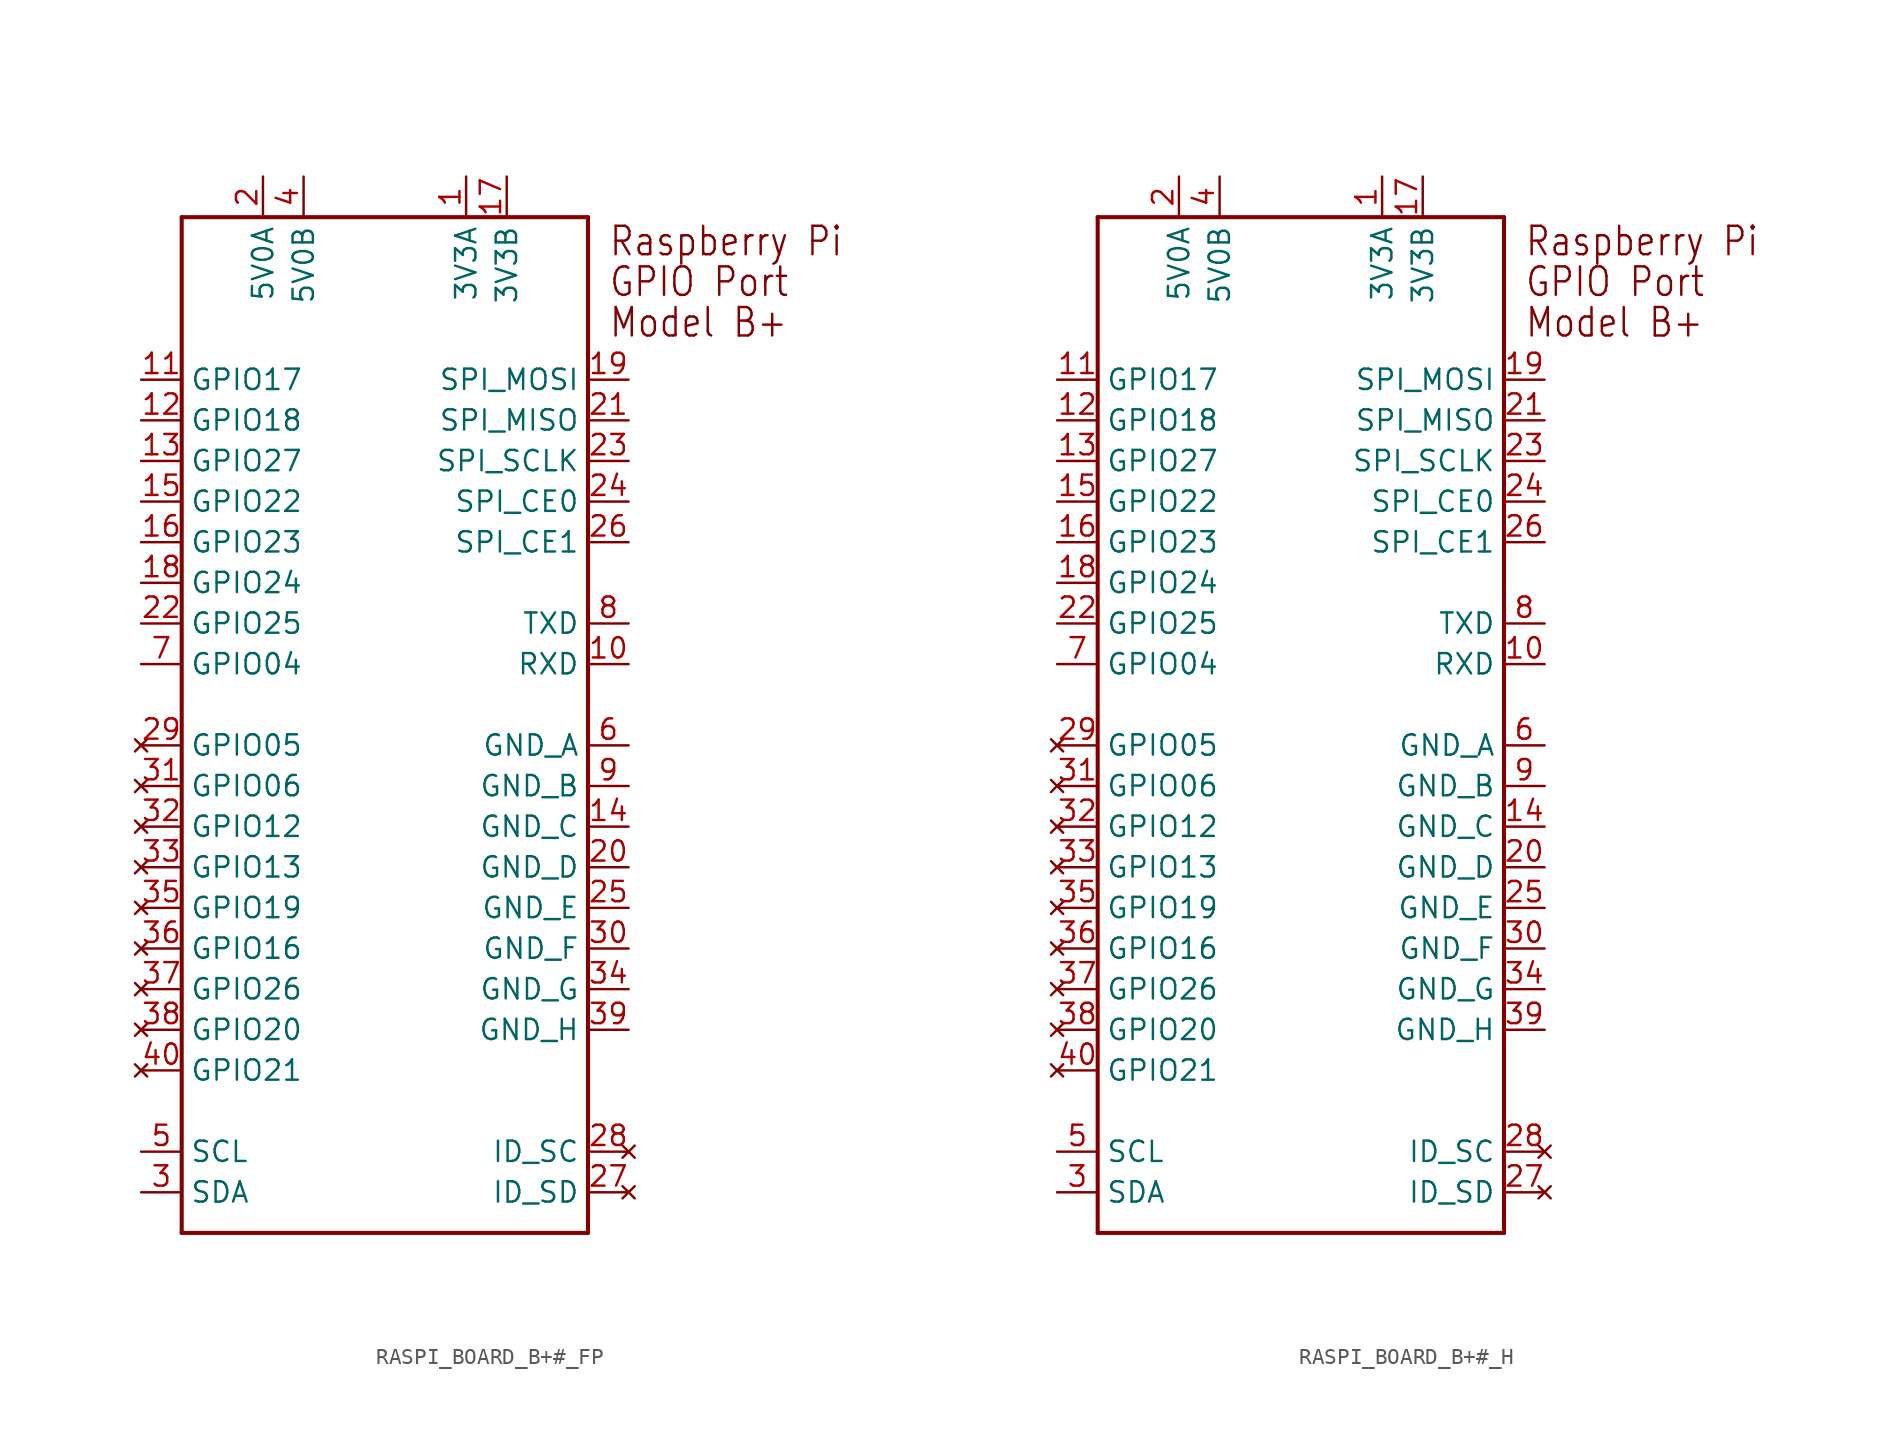
<source format=kicad_sym>
(kicad_symbol_lib
  (version 20231120)
  (generator "kicad_symbol_editor")
  (generator_version "8.0")
  (symbol "RASPI_BOARD_B+#_FP"
    (property "Reference" "X"
      (at 0 0 0)
      (effects (font (size 1.27 1.27)) (hide yes)))
    (property "ki_locked" ""
      (at 0 0 0)
      (effects (font (size 1.27 1.27))))
    (symbol "RASPI_BOARD_B+#_FP_1_0"
      (polyline (pts (xy -12.7 -38.1) (xy -12.7 25.4)) (stroke (width 0.254) (type solid)) (fill (type none)))
      (polyline (pts (xy -12.7 25.4) (xy 12.7 25.4)) (stroke (width 0.254) (type solid)) (fill (type none)))
      (polyline (pts (xy 12.7 -38.1) (xy -12.7 -38.1)) (stroke (width 0.254) (type solid)) (fill (type none)))
      (polyline (pts (xy 12.7 25.4) (xy 12.7 -38.1)) (stroke (width 0.254) (type solid)) (fill (type none)))
      (text "GPIO Port" (at 13.97 20.32 0) (effects (font (size 1.778 1.511)) (justify left bottom)))
      (text "Model B+" (at 13.97 17.78 0) (effects (font (size 1.778 1.511)) (justify left bottom)))
      (text "Raspberry Pi" (at 13.97 22.86 0) (effects (font (size 1.778 1.511)) (justify left bottom)))
      (pin power_in line (at 5.08 27.94 270) (length 2.54) (name "3V3A" (effects (font (size 1.27 1.27)))) (number "1" (effects (font (size 1.27 1.27)))))
      (pin bidirectional line (at 15.24 -2.54 180) (length 2.54) (name "RXD" (effects (font (size 1.27 1.27)))) (number "10" (effects (font (size 1.27 1.27)))))
      (pin bidirectional line (at -15.24 15.24 0) (length 2.54) (name "GPIO17" (effects (font (size 1.27 1.27)))) (number "11" (effects (font (size 1.27 1.27)))))
      (pin bidirectional line (at -15.24 12.7 0) (length 2.54) (name "GPIO18" (effects (font (size 1.27 1.27)))) (number "12" (effects (font (size 1.27 1.27)))))
      (pin bidirectional line (at -15.24 10.16 0) (length 2.54) (name "GPIO27" (effects (font (size 1.27 1.27)))) (number "13" (effects (font (size 1.27 1.27)))))
      (pin power_in line (at 15.24 -12.7 180) (length 2.54) (name "GND_C" (effects (font (size 1.27 1.27)))) (number "14" (effects (font (size 1.27 1.27)))))
      (pin bidirectional line (at -15.24 7.62 0) (length 2.54) (name "GPIO22" (effects (font (size 1.27 1.27)))) (number "15" (effects (font (size 1.27 1.27)))))
      (pin bidirectional line (at -15.24 5.08 0) (length 2.54) (name "GPIO23" (effects (font (size 1.27 1.27)))) (number "16" (effects (font (size 1.27 1.27)))))
      (pin power_in line (at 7.62 27.94 270) (length 2.54) (name "3V3B" (effects (font (size 1.27 1.27)))) (number "17" (effects (font (size 1.27 1.27)))))
      (pin bidirectional line (at -15.24 2.54 0) (length 2.54) (name "GPIO24" (effects (font (size 1.27 1.27)))) (number "18" (effects (font (size 1.27 1.27)))))
      (pin bidirectional line (at 15.24 15.24 180) (length 2.54) (name "SPI_MOSI" (effects (font (size 1.27 1.27)))) (number "19" (effects (font (size 1.27 1.27)))))
      (pin power_in line (at -7.62 27.94 270) (length 2.54) (name "5V0A" (effects (font (size 1.27 1.27)))) (number "2" (effects (font (size 1.27 1.27)))))
      (pin power_in line (at 15.24 -15.24 180) (length 2.54) (name "GND_D" (effects (font (size 1.27 1.27)))) (number "20" (effects (font (size 1.27 1.27)))))
      (pin bidirectional line (at 15.24 12.7 180) (length 2.54) (name "SPI_MISO" (effects (font (size 1.27 1.27)))) (number "21" (effects (font (size 1.27 1.27)))))
      (pin bidirectional line (at -15.24 0 0) (length 2.54) (name "GPIO25" (effects (font (size 1.27 1.27)))) (number "22" (effects (font (size 1.27 1.27)))))
      (pin bidirectional line (at 15.24 10.16 180) (length 2.54) (name "SPI_SCLK" (effects (font (size 1.27 1.27)))) (number "23" (effects (font (size 1.27 1.27)))))
      (pin bidirectional line (at 15.24 7.62 180) (length 2.54) (name "SPI_CE0" (effects (font (size 1.27 1.27)))) (number "24" (effects (font (size 1.27 1.27)))))
      (pin power_in line (at 15.24 -17.78 180) (length 2.54) (name "GND_E" (effects (font (size 1.27 1.27)))) (number "25" (effects (font (size 1.27 1.27)))))
      (pin bidirectional line (at 15.24 5.08 180) (length 2.54) (name "SPI_CE1" (effects (font (size 1.27 1.27)))) (number "26" (effects (font (size 1.27 1.27)))))
      (pin no_connect line (at 15.24 -35.56 180) (length 2.54) (name "ID_SD" (effects (font (size 1.27 1.27)))) (number "27" (effects (font (size 1.27 1.27)))))
      (pin no_connect line (at 15.24 -33.02 180) (length 2.54) (name "ID_SC" (effects (font (size 1.27 1.27)))) (number "28" (effects (font (size 1.27 1.27)))))
      (pin no_connect line (at -15.24 -7.62 0) (length 2.54) (name "GPIO05" (effects (font (size 1.27 1.27)))) (number "29" (effects (font (size 1.27 1.27)))))
      (pin bidirectional line (at -15.24 -35.56 0) (length 2.54) (name "SDA" (effects (font (size 1.27 1.27)))) (number "3" (effects (font (size 1.27 1.27)))))
      (pin power_in line (at 15.24 -20.32 180) (length 2.54) (name "GND_F" (effects (font (size 1.27 1.27)))) (number "30" (effects (font (size 1.27 1.27)))))
      (pin no_connect line (at -15.24 -10.16 0) (length 2.54) (name "GPIO06" (effects (font (size 1.27 1.27)))) (number "31" (effects (font (size 1.27 1.27)))))
      (pin no_connect line (at -15.24 -12.7 0) (length 2.54) (name "GPIO12" (effects (font (size 1.27 1.27)))) (number "32" (effects (font (size 1.27 1.27)))))
      (pin no_connect line (at -15.24 -15.24 0) (length 2.54) (name "GPIO13" (effects (font (size 1.27 1.27)))) (number "33" (effects (font (size 1.27 1.27)))))
      (pin power_in line (at 15.24 -22.86 180) (length 2.54) (name "GND_G" (effects (font (size 1.27 1.27)))) (number "34" (effects (font (size 1.27 1.27)))))
      (pin no_connect line (at -15.24 -17.78 0) (length 2.54) (name "GPIO19" (effects (font (size 1.27 1.27)))) (number "35" (effects (font (size 1.27 1.27)))))
      (pin no_connect line (at -15.24 -20.32 0) (length 2.54) (name "GPIO16" (effects (font (size 1.27 1.27)))) (number "36" (effects (font (size 1.27 1.27)))))
      (pin no_connect line (at -15.24 -22.86 0) (length 2.54) (name "GPIO26" (effects (font (size 1.27 1.27)))) (number "37" (effects (font (size 1.27 1.27)))))
      (pin no_connect line (at -15.24 -25.4 0) (length 2.54) (name "GPIO20" (effects (font (size 1.27 1.27)))) (number "38" (effects (font (size 1.27 1.27)))))
      (pin power_in line (at 15.24 -25.4 180) (length 2.54) (name "GND_H" (effects (font (size 1.27 1.27)))) (number "39" (effects (font (size 1.27 1.27)))))
      (pin power_in line (at -5.08 27.94 270) (length 2.54) (name "5V0B" (effects (font (size 1.27 1.27)))) (number "4" (effects (font (size 1.27 1.27)))))
      (pin no_connect line (at -15.24 -27.94 0) (length 2.54) (name "GPIO21" (effects (font (size 1.27 1.27)))) (number "40" (effects (font (size 1.27 1.27)))))
      (pin bidirectional line (at -15.24 -33.02 0) (length 2.54) (name "SCL" (effects (font (size 1.27 1.27)))) (number "5" (effects (font (size 1.27 1.27)))))
      (pin power_in line (at 15.24 -7.62 180) (length 2.54) (name "GND_A" (effects (font (size 1.27 1.27)))) (number "6" (effects (font (size 1.27 1.27)))))
      (pin bidirectional line (at -15.24 -2.54 0) (length 2.54) (name "GPIO04" (effects (font (size 1.27 1.27)))) (number "7" (effects (font (size 1.27 1.27)))))
      (pin bidirectional line (at 15.24 0 180) (length 2.54) (name "TXD" (effects (font (size 1.27 1.27)))) (number "8" (effects (font (size 1.27 1.27)))))
      (pin power_in line (at 15.24 -10.16 180) (length 2.54) (name "GND_B" (effects (font (size 1.27 1.27)))) (number "9" (effects (font (size 1.27 1.27)))))))
  (symbol "RASPI_BOARD_B+#_H"
    (property "Reference" "X"
      (at 0 0 0)
      (effects (font (size 1.27 1.27)) (hide yes)))
    (property "ki_locked" ""
      (at 0 0 0)
      (effects (font (size 1.27 1.27))))
    (symbol "RASPI_BOARD_B+#_H_1_0"
      (polyline (pts (xy -12.7 -38.1) (xy -12.7 25.4)) (stroke (width 0.254) (type solid)) (fill (type none)))
      (polyline (pts (xy -12.7 25.4) (xy 12.7 25.4)) (stroke (width 0.254) (type solid)) (fill (type none)))
      (polyline (pts (xy 12.7 -38.1) (xy -12.7 -38.1)) (stroke (width 0.254) (type solid)) (fill (type none)))
      (polyline (pts (xy 12.7 25.4) (xy 12.7 -38.1)) (stroke (width 0.254) (type solid)) (fill (type none)))
      (text "GPIO Port" (at 13.97 20.32 0) (effects (font (size 1.778 1.511)) (justify left bottom)))
      (text "Model B+" (at 13.97 17.78 0) (effects (font (size 1.778 1.511)) (justify left bottom)))
      (text "Raspberry Pi" (at 13.97 22.86 0) (effects (font (size 1.778 1.511)) (justify left bottom)))
      (pin power_in line (at 5.08 27.94 270) (length 2.54) (name "3V3A" (effects (font (size 1.27 1.27)))) (number "1" (effects (font (size 1.27 1.27)))))
      (pin bidirectional line (at 15.24 -2.54 180) (length 2.54) (name "RXD" (effects (font (size 1.27 1.27)))) (number "10" (effects (font (size 1.27 1.27)))))
      (pin bidirectional line (at -15.24 15.24 0) (length 2.54) (name "GPIO17" (effects (font (size 1.27 1.27)))) (number "11" (effects (font (size 1.27 1.27)))))
      (pin bidirectional line (at -15.24 12.7 0) (length 2.54) (name "GPIO18" (effects (font (size 1.27 1.27)))) (number "12" (effects (font (size 1.27 1.27)))))
      (pin bidirectional line (at -15.24 10.16 0) (length 2.54) (name "GPIO27" (effects (font (size 1.27 1.27)))) (number "13" (effects (font (size 1.27 1.27)))))
      (pin power_in line (at 15.24 -12.7 180) (length 2.54) (name "GND_C" (effects (font (size 1.27 1.27)))) (number "14" (effects (font (size 1.27 1.27)))))
      (pin bidirectional line (at -15.24 7.62 0) (length 2.54) (name "GPIO22" (effects (font (size 1.27 1.27)))) (number "15" (effects (font (size 1.27 1.27)))))
      (pin bidirectional line (at -15.24 5.08 0) (length 2.54) (name "GPIO23" (effects (font (size 1.27 1.27)))) (number "16" (effects (font (size 1.27 1.27)))))
      (pin power_in line (at 7.62 27.94 270) (length 2.54) (name "3V3B" (effects (font (size 1.27 1.27)))) (number "17" (effects (font (size 1.27 1.27)))))
      (pin bidirectional line (at -15.24 2.54 0) (length 2.54) (name "GPIO24" (effects (font (size 1.27 1.27)))) (number "18" (effects (font (size 1.27 1.27)))))
      (pin bidirectional line (at 15.24 15.24 180) (length 2.54) (name "SPI_MOSI" (effects (font (size 1.27 1.27)))) (number "19" (effects (font (size 1.27 1.27)))))
      (pin power_in line (at -7.62 27.94 270) (length 2.54) (name "5V0A" (effects (font (size 1.27 1.27)))) (number "2" (effects (font (size 1.27 1.27)))))
      (pin power_in line (at 15.24 -15.24 180) (length 2.54) (name "GND_D" (effects (font (size 1.27 1.27)))) (number "20" (effects (font (size 1.27 1.27)))))
      (pin bidirectional line (at 15.24 12.7 180) (length 2.54) (name "SPI_MISO" (effects (font (size 1.27 1.27)))) (number "21" (effects (font (size 1.27 1.27)))))
      (pin bidirectional line (at -15.24 0 0) (length 2.54) (name "GPIO25" (effects (font (size 1.27 1.27)))) (number "22" (effects (font (size 1.27 1.27)))))
      (pin bidirectional line (at 15.24 10.16 180) (length 2.54) (name "SPI_SCLK" (effects (font (size 1.27 1.27)))) (number "23" (effects (font (size 1.27 1.27)))))
      (pin bidirectional line (at 15.24 7.62 180) (length 2.54) (name "SPI_CE0" (effects (font (size 1.27 1.27)))) (number "24" (effects (font (size 1.27 1.27)))))
      (pin power_in line (at 15.24 -17.78 180) (length 2.54) (name "GND_E" (effects (font (size 1.27 1.27)))) (number "25" (effects (font (size 1.27 1.27)))))
      (pin bidirectional line (at 15.24 5.08 180) (length 2.54) (name "SPI_CE1" (effects (font (size 1.27 1.27)))) (number "26" (effects (font (size 1.27 1.27)))))
      (pin no_connect line (at 15.24 -35.56 180) (length 2.54) (name "ID_SD" (effects (font (size 1.27 1.27)))) (number "27" (effects (font (size 1.27 1.27)))))
      (pin no_connect line (at 15.24 -33.02 180) (length 2.54) (name "ID_SC" (effects (font (size 1.27 1.27)))) (number "28" (effects (font (size 1.27 1.27)))))
      (pin no_connect line (at -15.24 -7.62 0) (length 2.54) (name "GPIO05" (effects (font (size 1.27 1.27)))) (number "29" (effects (font (size 1.27 1.27)))))
      (pin bidirectional line (at -15.24 -35.56 0) (length 2.54) (name "SDA" (effects (font (size 1.27 1.27)))) (number "3" (effects (font (size 1.27 1.27)))))
      (pin power_in line (at 15.24 -20.32 180) (length 2.54) (name "GND_F" (effects (font (size 1.27 1.27)))) (number "30" (effects (font (size 1.27 1.27)))))
      (pin no_connect line (at -15.24 -10.16 0) (length 2.54) (name "GPIO06" (effects (font (size 1.27 1.27)))) (number "31" (effects (font (size 1.27 1.27)))))
      (pin no_connect line (at -15.24 -12.7 0) (length 2.54) (name "GPIO12" (effects (font (size 1.27 1.27)))) (number "32" (effects (font (size 1.27 1.27)))))
      (pin no_connect line (at -15.24 -15.24 0) (length 2.54) (name "GPIO13" (effects (font (size 1.27 1.27)))) (number "33" (effects (font (size 1.27 1.27)))))
      (pin power_in line (at 15.24 -22.86 180) (length 2.54) (name "GND_G" (effects (font (size 1.27 1.27)))) (number "34" (effects (font (size 1.27 1.27)))))
      (pin no_connect line (at -15.24 -17.78 0) (length 2.54) (name "GPIO19" (effects (font (size 1.27 1.27)))) (number "35" (effects (font (size 1.27 1.27)))))
      (pin no_connect line (at -15.24 -20.32 0) (length 2.54) (name "GPIO16" (effects (font (size 1.27 1.27)))) (number "36" (effects (font (size 1.27 1.27)))))
      (pin no_connect line (at -15.24 -22.86 0) (length 2.54) (name "GPIO26" (effects (font (size 1.27 1.27)))) (number "37" (effects (font (size 1.27 1.27)))))
      (pin no_connect line (at -15.24 -25.4 0) (length 2.54) (name "GPIO20" (effects (font (size 1.27 1.27)))) (number "38" (effects (font (size 1.27 1.27)))))
      (pin power_in line (at 15.24 -25.4 180) (length 2.54) (name "GND_H" (effects (font (size 1.27 1.27)))) (number "39" (effects (font (size 1.27 1.27)))))
      (pin power_in line (at -5.08 27.94 270) (length 2.54) (name "5V0B" (effects (font (size 1.27 1.27)))) (number "4" (effects (font (size 1.27 1.27)))))
      (pin no_connect line (at -15.24 -27.94 0) (length 2.54) (name "GPIO21" (effects (font (size 1.27 1.27)))) (number "40" (effects (font (size 1.27 1.27)))))
      (pin bidirectional line (at -15.24 -33.02 0) (length 2.54) (name "SCL" (effects (font (size 1.27 1.27)))) (number "5" (effects (font (size 1.27 1.27)))))
      (pin power_in line (at 15.24 -7.62 180) (length 2.54) (name "GND_A" (effects (font (size 1.27 1.27)))) (number "6" (effects (font (size 1.27 1.27)))))
      (pin bidirectional line (at -15.24 -2.54 0) (length 2.54) (name "GPIO04" (effects (font (size 1.27 1.27)))) (number "7" (effects (font (size 1.27 1.27)))))
      (pin bidirectional line (at 15.24 0 180) (length 2.54) (name "TXD" (effects (font (size 1.27 1.27)))) (number "8" (effects (font (size 1.27 1.27)))))
      (pin power_in line (at 15.24 -10.16 180) (length 2.54) (name "GND_B" (effects (font (size 1.27 1.27)))) (number "9" (effects (font (size 1.27 1.27))))))))
</source>
